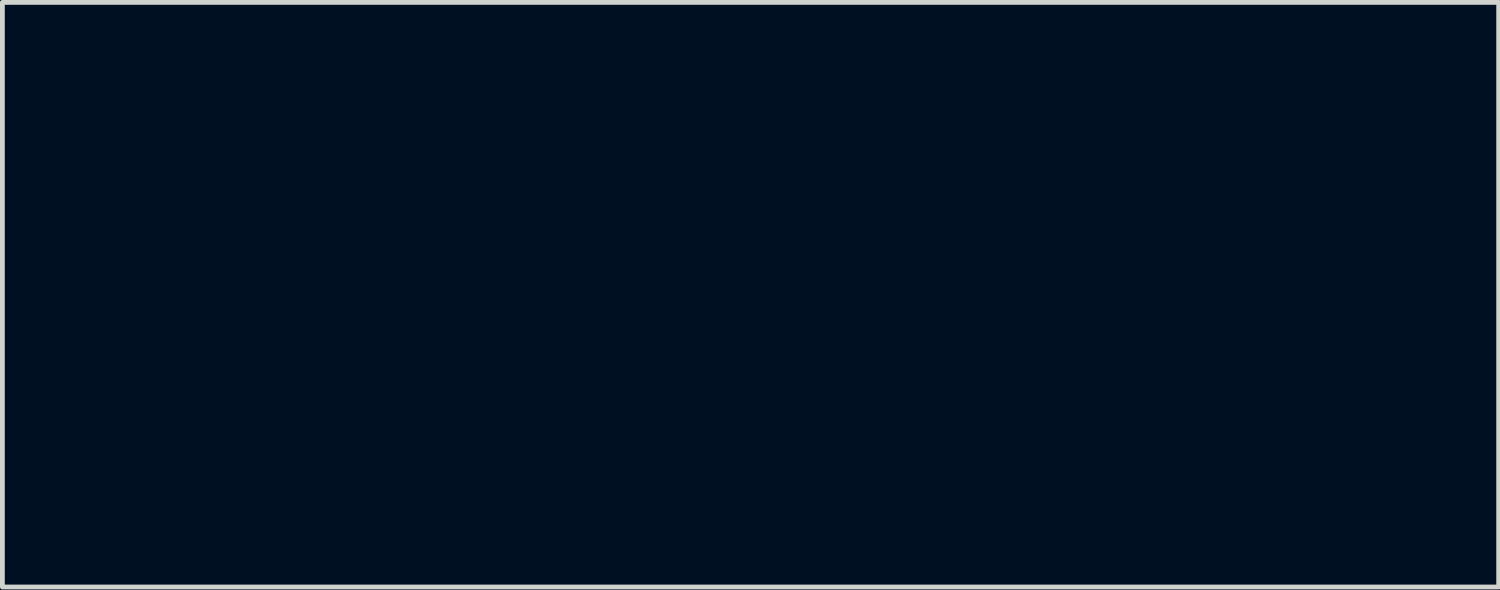
<source format=kicad_pcb>
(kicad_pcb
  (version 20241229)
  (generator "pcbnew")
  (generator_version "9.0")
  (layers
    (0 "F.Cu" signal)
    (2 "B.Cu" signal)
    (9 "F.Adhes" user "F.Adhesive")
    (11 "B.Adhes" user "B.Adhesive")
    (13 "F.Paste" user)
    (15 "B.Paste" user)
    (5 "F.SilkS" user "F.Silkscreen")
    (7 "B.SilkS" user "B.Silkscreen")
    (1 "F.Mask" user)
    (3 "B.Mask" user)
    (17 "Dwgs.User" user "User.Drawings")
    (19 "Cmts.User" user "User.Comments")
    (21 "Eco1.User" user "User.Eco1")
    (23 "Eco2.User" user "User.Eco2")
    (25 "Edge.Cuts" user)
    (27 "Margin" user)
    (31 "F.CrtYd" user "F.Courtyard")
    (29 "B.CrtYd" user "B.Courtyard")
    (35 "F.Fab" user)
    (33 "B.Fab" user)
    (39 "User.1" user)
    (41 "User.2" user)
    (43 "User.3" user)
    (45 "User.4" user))
  (footprint "AM_Logo_Solder_Mask"
    (layer "F.Cu")
    (at 12.671 3.092)
    (property "Reference" "AM_Logo_Solder_Mask" (at 0 0 0) (layer "F.Mask") (effects (font (size 1.524 1.524) (thickness 0.3))))
    (attr through_hole)
    (fp_poly (pts (xy -5.043 -0.056) (xy -5.177 0.041) (xy -5.2 0.054) (xy -5.466 0.283) (xy -5.555 0.566) (xy -5.492 0.802) (xy -5.397 1.013) (xy -5.423 1.103) (xy -5.526 1.118) (xy -5.681 1.035) (xy -5.73 0.957) (xy -5.786 0.722) (xy -5.791 0.644) (xy -5.719 0.471) (xy -5.543 0.25) (xy -5.325 0.044) (xy -5.128 -0.083) (xy -5.062 -0.098) (xy -5.043 -0.056)) (stroke (width 0.01) (type solid)) (fill yes) (layer "F.Mask"))
    (fp_poly (pts (xy -1.454 -1.64) (xy -1.462 -1.425) (xy -1.507 -1.148) (xy -1.584 -0.877) (xy -1.592 -0.855) (xy -1.588 -0.754) (xy -1.459 -0.769) (xy -1.334 -0.802) (xy -1.366 -0.753) (xy -1.467 -0.669) (xy -1.684 -0.528) (xy -1.792 -0.556) (xy -1.801 -0.761) (xy -1.783 -0.871) (xy -1.722 -1.156) (xy -1.664 -1.366) (xy -1.659 -1.38) (xy -1.663 -1.481) (xy -1.792 -1.466) (xy -1.917 -1.433) (xy -1.885 -1.482) (xy -1.784 -1.567) (xy -1.598 -1.69) (xy -1.493 -1.727) (xy -1.454 -1.64)) (stroke (width 0.01) (type solid)) (fill yes) (layer "F.Mask"))
    (fp_poly (pts (xy -1.655 1.169) (xy -1.573 1.22) (xy -1.438 1.45) (xy -1.467 1.743) (xy -1.656 2.051) (xy -1.672 2.068) (xy -1.958 2.287) (xy -2.23 2.322) (xy -2.418 2.215) (xy -2.528 1.988) (xy -2.508 1.828) (xy -2.337 1.828) (xy -2.288 2.121) (xy -2.149 2.235) (xy -1.932 2.162) (xy -1.811 2.067) (xy -1.677 1.855) (xy -1.63 1.594) (xy -1.673 1.364) (xy -1.782 1.254) (xy -1.984 1.272) (xy -2.179 1.429) (xy -2.311 1.668) (xy -2.337 1.828) (xy -2.508 1.828) (xy -2.495 1.724) (xy -2.354 1.466) (xy -2.142 1.259) (xy -1.897 1.146) (xy -1.655 1.169)) (stroke (width 0.01) (type solid)) (fill yes) (layer "F.Mask"))
    (fp_poly (pts (xy -0.378 1.122) (xy -0.522 1.229) (xy -0.701 1.319) (xy -0.838 1.343) (xy -0.838 1.342) (xy -0.909 1.401) (xy -0.915 1.448) (xy -0.947 1.688) (xy -1.025 1.963) (xy -1.123 2.201) (xy -1.215 2.33) (xy -1.235 2.337) (xy -1.3 2.263) (xy -1.287 2.192) (xy -1.232 1.999) (xy -1.169 1.715) (xy -1.16 1.669) (xy -1.128 1.428) (xy -1.16 1.345) (xy -1.231 1.364) (xy -1.272 1.368) (xy -1.174 1.278) (xy -0.949 1.135) (xy -0.83 1.156) (xy -0.813 1.235) (xy -0.752 1.265) (xy -0.609 1.168) (xy -0.441 1.052) (xy -0.346 1.042) (xy -0.378 1.122)) (stroke (width 0.01) (type solid)) (fill yes) (layer "F.Mask"))
    (fp_poly (pts (xy -0.232 -1.676) (xy -0.151 -1.625) (xy -0.015 -1.394) (xy -0.045 -1.102) (xy -0.234 -0.794) (xy -0.249 -0.777) (xy -0.536 -0.558) (xy -0.807 -0.522) (xy -0.996 -0.63) (xy -1.106 -0.857) (xy -1.086 -1.017) (xy -0.914 -1.017) (xy -0.865 -0.723) (xy -0.726 -0.61) (xy -0.509 -0.683) (xy -0.389 -0.778) (xy -0.254 -0.99) (xy -0.207 -1.251) (xy -0.251 -1.48) (xy -0.359 -1.59) (xy -0.562 -1.573) (xy -0.757 -1.416) (xy -0.889 -1.177) (xy -0.914 -1.017) (xy -1.086 -1.017) (xy -1.072 -1.121) (xy -0.931 -1.378) (xy -0.72 -1.585) (xy -0.474 -1.699) (xy -0.232 -1.676)) (stroke (width 0.01) (type solid)) (fill yes) (layer "F.Mask"))
    (fp_poly (pts (xy 3.121 1.169) (xy 3.202 1.22) (xy 3.338 1.45) (xy 3.308 1.743) (xy 3.119 2.051) (xy 3.104 2.068) (xy 2.817 2.287) (xy 2.546 2.322) (xy 2.357 2.215) (xy 2.247 1.988) (xy 2.267 1.828) (xy 2.438 1.828) (xy 2.487 2.121) (xy 2.626 2.235) (xy 2.844 2.162) (xy 2.964 2.067) (xy 3.099 1.855) (xy 3.146 1.594) (xy 3.102 1.364) (xy 2.993 1.254) (xy 2.791 1.272) (xy 2.596 1.429) (xy 2.464 1.668) (xy 2.438 1.828) (xy 2.267 1.828) (xy 2.281 1.724) (xy 2.422 1.466) (xy 2.633 1.259) (xy 2.878 1.146) (xy 3.121 1.169)) (stroke (width 0.01) (type solid)) (fill yes) (layer "F.Mask"))
    (fp_poly (pts (xy 4.543 0.235) (xy 4.572 0.305) (xy 4.485 0.383) (xy 4.33 0.406) (xy 4.197 0.428) (xy 4.1 0.523) (xy 4.016 0.732) (xy 3.92 1.092) (xy 3.826 1.467) (xy 3.744 1.782) (xy 3.694 1.965) (xy 3.675 2.088) (xy 3.76 2.083) (xy 3.877 2.026) (xy 4.039 1.946) (xy 4.045 1.975) (xy 3.921 2.119) (xy 3.721 2.285) (xy 3.55 2.332) (xy 3.46 2.251) (xy 3.456 2.21) (xy 3.491 1.949) (xy 3.576 1.587) (xy 3.693 1.186) (xy 3.821 0.81) (xy 3.941 0.524) (xy 4.012 0.408) (xy 4.201 0.267) (xy 4.401 0.205) (xy 4.543 0.235)) (stroke (width 0.01) (type solid)) (fill yes) (layer "F.Mask"))
    (fp_poly (pts (xy 5.051 1.169) (xy 5.132 1.22) (xy 5.268 1.45) (xy 5.239 1.743) (xy 5.049 2.051) (xy 5.034 2.068) (xy 4.747 2.287) (xy 4.476 2.322) (xy 4.288 2.215) (xy 4.177 1.988) (xy 4.198 1.828) (xy 4.369 1.828) (xy 4.418 2.121) (xy 4.557 2.235) (xy 4.774 2.162) (xy 4.894 2.067) (xy 5.029 1.855) (xy 5.076 1.594) (xy 5.033 1.364) (xy 4.924 1.254) (xy 4.722 1.272) (xy 4.527 1.429) (xy 4.395 1.668) (xy 4.369 1.828) (xy 4.198 1.828) (xy 4.211 1.724) (xy 4.352 1.466) (xy 4.564 1.259) (xy 4.809 1.146) (xy 5.051 1.169)) (stroke (width 0.01) (type solid)) (fill yes) (layer "F.Mask"))
    (fp_poly (pts (xy 7.614 1.196) (xy 7.614 1.402) (xy 7.537 1.695) (xy 7.398 2.033) (xy 7.214 2.375) (xy 7.003 2.678) (xy 6.814 2.874) (xy 6.552 3.051) (xy 6.311 3.142) (xy 6.144 3.133) (xy 6.096 3.048) (xy 6.184 2.976) (xy 6.397 2.946) (xy 6.398 2.946) (xy 6.713 2.862) (xy 6.912 2.623) (xy 6.985 2.249) (xy 6.966 1.99) (xy 6.868 1.619) (xy 6.719 1.398) (xy 6.535 1.35) (xy 6.481 1.37) (xy 6.448 1.369) (xy 6.549 1.276) (xy 6.741 1.161) (xy 6.886 1.19) (xy 7.011 1.385) (xy 7.12 1.681) (xy 7.215 1.96) (xy 7.274 2.065) (xy 7.319 2.019) (xy 7.347 1.928) (xy 7.4 1.622) (xy 7.415 1.397) (xy 7.448 1.194) (xy 7.518 1.118) (xy 7.614 1.196)) (stroke (width 0.01) (type solid)) (fill yes) (layer "F.Mask"))
    (fp_poly (pts (xy -3.379 -1.719) (xy -3.363 -1.663) (xy -3.404 -1.511) (xy -3.505 -1.219) (xy -3.597 -0.949) (xy -3.651 -0.769) (xy -3.658 -0.737) (xy -3.594 -0.749) (xy -3.505 -0.813) (xy -3.378 -0.878) (xy -3.353 -0.829) (xy -3.433 -0.7) (xy -3.569 -0.603) (xy -3.756 -0.539) (xy -3.867 -0.619) (xy -3.869 -0.624) (xy -3.969 -0.707) (xy -4.08 -0.634) (xy -4.281 -0.504) (xy -4.415 -0.546) (xy -4.443 -0.742) (xy -4.435 -0.787) (xy -4.361 -1.098) (xy -4.304 -1.313) (xy -4.275 -1.485) (xy -4.353 -1.513) (xy -4.429 -1.49) (xy -4.561 -1.449) (xy -4.532 -1.49) (xy -4.426 -1.575) (xy -4.201 -1.71) (xy -4.093 -1.68) (xy -4.101 -1.483) (xy -4.104 -1.473) (xy -4.18 -1.16) (xy -4.227 -0.965) (xy -4.242 -0.769) (xy -4.17 -0.717) (xy -4.041 -0.786) (xy -3.887 -0.953) (xy -3.737 -1.197) (xy -3.649 -1.404) (xy -3.548 -1.622) (xy -3.453 -1.726) (xy -3.444 -1.727) (xy -3.379 -1.719)) (stroke (width 0.01) (type solid)) (fill yes) (layer "F.Mask"))
    (fp_poly (pts (xy 6.329 1.144) (xy 6.337 1.262) (xy 6.299 1.373) (xy 6.23 1.611) (xy 6.153 1.963) (xy 6.1 2.262) (xy 5.993 2.717) (xy 5.837 2.998) (xy 5.611 3.13) (xy 5.437 3.15) (xy 5.203 3.095) (xy 5.1 3.028) (xy 5.007 2.85) (xy 5.204 2.85) (xy 5.212 2.878) (xy 5.347 3.029) (xy 5.546 3.005) (xy 5.729 2.858) (xy 5.854 2.6) (xy 5.883 2.324) (xy 5.906 1.987) (xy 5.981 1.695) (xy 6.072 1.455) (xy 6.079 1.349) (xy 5.999 1.322) (xy 5.949 1.321) (xy 5.776 1.406) (xy 5.607 1.61) (xy 5.499 1.854) (xy 5.486 1.953) (xy 5.566 2.107) (xy 5.66 2.134) (xy 5.726 2.172) (xy 5.631 2.296) (xy 5.49 2.421) (xy 5.257 2.662) (xy 5.204 2.85) (xy 5.007 2.85) (xy 4.985 2.809) (xy 5.068 2.604) (xy 5.165 2.527) (xy 5.307 2.332) (xy 5.308 2.183) (xy 5.334 1.833) (xy 5.512 1.5) (xy 5.791 1.243) (xy 6.126 1.121) (xy 6.188 1.118) (xy 6.329 1.144)) (stroke (width 0.01) (type solid)) (fill yes) (layer "F.Mask"))
    (fp_poly (pts (xy 2.101 0.23) (xy 2.134 0.305) (xy 2.047 0.382) (xy 1.884 0.406) (xy 1.711 0.442) (xy 1.601 0.583) (xy 1.521 0.823) (xy 1.453 1.134) (xy 1.473 1.28) (xy 1.59 1.284) (xy 1.712 1.227) (xy 1.903 1.14) (xy 1.988 1.118) (xy 2.019 1.204) (xy 2.006 1.417) (xy 1.956 1.688) (xy 1.88 1.948) (xy 1.871 1.973) (xy 1.841 2.113) (xy 1.949 2.114) (xy 1.989 2.1) (xy 2.123 2.058) (xy 2.096 2.098) (xy 1.987 2.184) (xy 1.767 2.322) (xy 1.652 2.305) (xy 1.636 2.123) (xy 1.715 1.769) (xy 1.725 1.733) (xy 1.789 1.458) (xy 1.76 1.346) (xy 1.624 1.372) (xy 1.536 1.416) (xy 1.377 1.582) (xy 1.242 1.856) (xy 1.219 1.932) (xy 1.128 2.184) (xy 1.033 2.325) (xy 1.005 2.337) (xy 0.942 2.258) (xy 0.953 2.159) (xy 1.004 1.972) (xy 1.086 1.658) (xy 1.171 1.321) (xy 1.29 0.941) (xy 1.432 0.614) (xy 1.55 0.432) (xy 1.75 0.278) (xy 1.955 0.206) (xy 2.101 0.23)) (stroke (width 0.01) (type solid)) (fill yes) (layer "F.Mask"))
    (fp_poly (pts (xy -1.338 -2.56) (xy -1.278 -2.475) (xy -1.254 -2.3) (xy -1.315 -2.237) (xy -1.415 -2.324) (xy -1.572 -2.421) (xy -1.682 -2.423) (xy -1.805 -2.336) (xy -1.92 -2.108) (xy -2.04 -1.708) (xy -2.049 -1.676) (xy -2.162 -1.215) (xy -2.219 -0.922) (xy -2.221 -0.773) (xy -2.169 -0.742) (xy -2.103 -0.775) (xy -2.067 -0.785) (xy -2.165 -0.686) (xy -2.381 -0.532) (xy -2.512 -0.535) (xy -2.54 -0.63) (xy -2.57 -0.701) (xy -2.662 -0.63) (xy -2.87 -0.516) (xy -3.051 -0.57) (xy -3.116 -0.67) (xy -3.117 -0.892) (xy -2.946 -0.892) (xy -2.886 -0.74) (xy -2.738 -0.731) (xy -2.558 -0.859) (xy -2.495 -0.937) (xy -2.367 -1.193) (xy -2.348 -1.405) (xy -2.439 -1.518) (xy -2.483 -1.524) (xy -2.657 -1.439) (xy -2.826 -1.235) (xy -2.933 -0.991) (xy -2.946 -0.892) (xy -3.117 -0.892) (xy -3.117 -0.914) (xy -2.995 -1.207) (xy -2.793 -1.477) (xy -2.552 -1.652) (xy -2.537 -1.658) (xy -2.327 -1.772) (xy -2.235 -1.89) (xy -2.235 -1.894) (xy -2.163 -2.08) (xy -1.986 -2.31) (xy -1.769 -2.516) (xy -1.573 -2.633) (xy -1.526 -2.642) (xy -1.338 -2.56)) (stroke (width 0.01) (type solid)) (fill yes) (layer "F.Mask"))
    (fp_poly (pts (xy 0.078 1.163) (xy 0.102 1.286) (xy 0.118 1.393) (xy 0.2 1.361) (xy 0.301 1.273) (xy 0.533 1.15) (xy 0.719 1.201) (xy 0.81 1.407) (xy 0.813 1.462) (xy 0.736 1.734) (xy 0.546 2.021) (xy 0.301 2.254) (xy 0.08 2.356) (xy -0.126 2.482) (xy -0.215 2.673) (xy -0.242 2.893) (xy -0.147 3.011) (xy -0.069 3.047) (xy 0.034 3.103) (xy -0.025 3.132) (xy -0.267 3.143) (xy -0.282 3.143) (xy -0.549 3.141) (xy -0.651 3.105) (xy -0.625 3.006) (xy -0.574 2.921) (xy -0.466 2.686) (xy -0.357 2.353) (xy -0.313 2.184) (xy -0.286 2.074) (xy -0.069 2.074) (xy -0.045 2.143) (xy 0.108 2.231) (xy 0.306 2.176) (xy 0.393 2.099) (xy 0.494 1.904) (xy 0.571 1.641) (xy 0.593 1.411) (xy 0.526 1.325) (xy 0.486 1.321) (xy 0.292 1.403) (xy 0.105 1.603) (xy -0.03 1.85) (xy -0.069 2.074) (xy -0.286 2.074) (xy -0.232 1.85) (xy -0.161 1.573) (xy -0.136 1.483) (xy -0.125 1.345) (xy -0.249 1.35) (xy -0.268 1.356) (xy -0.393 1.394) (xy -0.358 1.347) (xy -0.26 1.27) (xy -0.037 1.134) (xy 0.078 1.163)) (stroke (width 0.01) (type solid)) (fill yes) (layer "F.Mask"))
    (fp_poly (pts (xy -4.054 0.381) (xy -4.037 0.749) (xy -4.004 1.066) (xy -3.977 1.202) (xy -3.933 1.308) (xy -3.87 1.311) (xy -3.76 1.19) (xy -3.578 0.924) (xy -3.505 0.811) (xy -3.25 0.455) (xy -2.986 0.149) (xy -2.745 -0.075) (xy -2.56 -0.186) (xy -2.48 -0.177) (xy -2.487 -0.066) (xy -2.543 0.198) (xy -2.638 0.573) (xy -2.74 0.938) (xy -2.865 1.381) (xy -2.966 1.756) (xy -3.031 2.016) (xy -3.048 2.112) (xy -2.962 2.214) (xy -2.819 2.265) (xy -2.773 2.292) (xy -2.902 2.315) (xy -3.061 2.323) (xy -3.531 2.337) (xy -3.284 1.461) (xy -3.18 1.069) (xy -3.106 0.758) (xy -3.076 0.574) (xy -3.079 0.545) (xy -3.158 0.598) (xy -3.323 0.809) (xy -3.559 1.159) (xy -3.853 1.628) (xy -4.005 1.88) (xy -4.368 2.489) (xy -4.377 1.981) (xy -4.391 1.688) (xy -4.419 1.366) (xy -4.455 1.056) (xy -4.493 0.802) (xy -4.527 0.645) (xy -4.552 0.627) (xy -4.558 0.682) (xy -4.624 1.018) (xy -4.764 1.416) (xy -4.946 1.805) (xy -5.14 2.113) (xy -5.253 2.233) (xy -5.546 2.4) (xy -5.802 2.432) (xy -5.927 2.371) (xy -5.993 2.232) (xy -5.873 2.15) (xy -5.699 2.134) (xy -5.371 2.035) (xy -5.09 1.746) (xy -4.862 1.273) (xy -4.733 0.821) (xy -4.639 0.397) (xy -4.591 0.13) (xy -4.591 -0.019) (xy -4.638 -0.092) (xy -4.735 -0.129) (xy -4.75 -0.133) (xy -4.771 -0.163) (xy -4.623 -0.185) (xy -4.496 -0.191) (xy -4.064 -0.203) (xy -4.054 0.381)) (stroke (width 0.01) (type solid)) (fill yes) (layer "F.Mask"))
    (fp_poly (pts (xy -4.707 -3.04) (xy -4.712 -2.898) (xy -4.722 -2.85) (xy -4.76 -2.638) (xy -4.815 -2.284) (xy -4.878 -1.848) (xy -4.912 -1.605) (xy -4.972 -1.154) (xy -5.001 -0.865) (xy -4.996 -0.699) (xy -4.954 -0.619) (xy -4.872 -0.585) (xy -4.835 -0.578) (xy -4.792 -0.55) (xy -4.924 -0.528) (xy -5.048 -0.522) (xy -5.474 -0.508) (xy -5.416 -0.864) (xy -5.389 -1.094) (xy -5.442 -1.194) (xy -5.627 -1.218) (xy -5.753 -1.219) (xy -6.03 -1.191) (xy -6.222 -1.074) (xy -6.392 -0.858) (xy -6.629 -0.556) (xy -6.894 -0.283) (xy -6.933 -0.249) (xy -7.183 -0.085) (xy -7.416 -0.006) (xy -7.578 -0.021) (xy -7.62 -0.102) (xy -7.534 -0.18) (xy -7.386 -0.203) (xy -7.135 -0.292) (xy -6.825 -0.56) (xy -6.451 -1.012) (xy -6.199 -1.373) (xy -5.994 -1.373) (xy -5.905 -1.338) (xy -5.687 -1.321) (xy -5.653 -1.321) (xy -5.46 -1.329) (xy -5.352 -1.387) (xy -5.296 -1.542) (xy -5.258 -1.844) (xy -5.252 -1.902) (xy -5.224 -2.22) (xy -5.215 -2.443) (xy -5.222 -2.513) (xy -5.286 -2.451) (xy -5.423 -2.27) (xy -5.597 -2.021) (xy -5.774 -1.756) (xy -5.917 -1.528) (xy -5.991 -1.388) (xy -5.994 -1.373) (xy -6.199 -1.373) (xy -6.093 -1.524) (xy -5.832 -1.91) (xy -5.564 -2.289) (xy -5.349 -2.579) (xy -5.348 -2.581) (xy -5.039 -2.977) (xy -5.44 -2.902) (xy -5.814 -2.8) (xy -6.021 -2.653) (xy -6.094 -2.431) (xy -6.096 -2.375) (xy -6.132 -2.19) (xy -6.198 -2.134) (xy -6.289 -2.209) (xy -6.287 -2.389) (xy -6.202 -2.605) (xy -6.099 -2.741) (xy -5.915 -2.885) (xy -5.679 -2.98) (xy -5.331 -3.044) (xy -5.051 -3.074) (xy -4.803 -3.087) (xy -4.707 -3.04)) (stroke (width 0.01) (type solid)) (fill yes) (layer "F.Mask")))
  (gr_rect
    (start -3 -3)
    (end 28.342 9.246)
    (stroke (width 0.1) (type default))
    (fill no)
    (layer "Edge.Cuts")))
</source>
